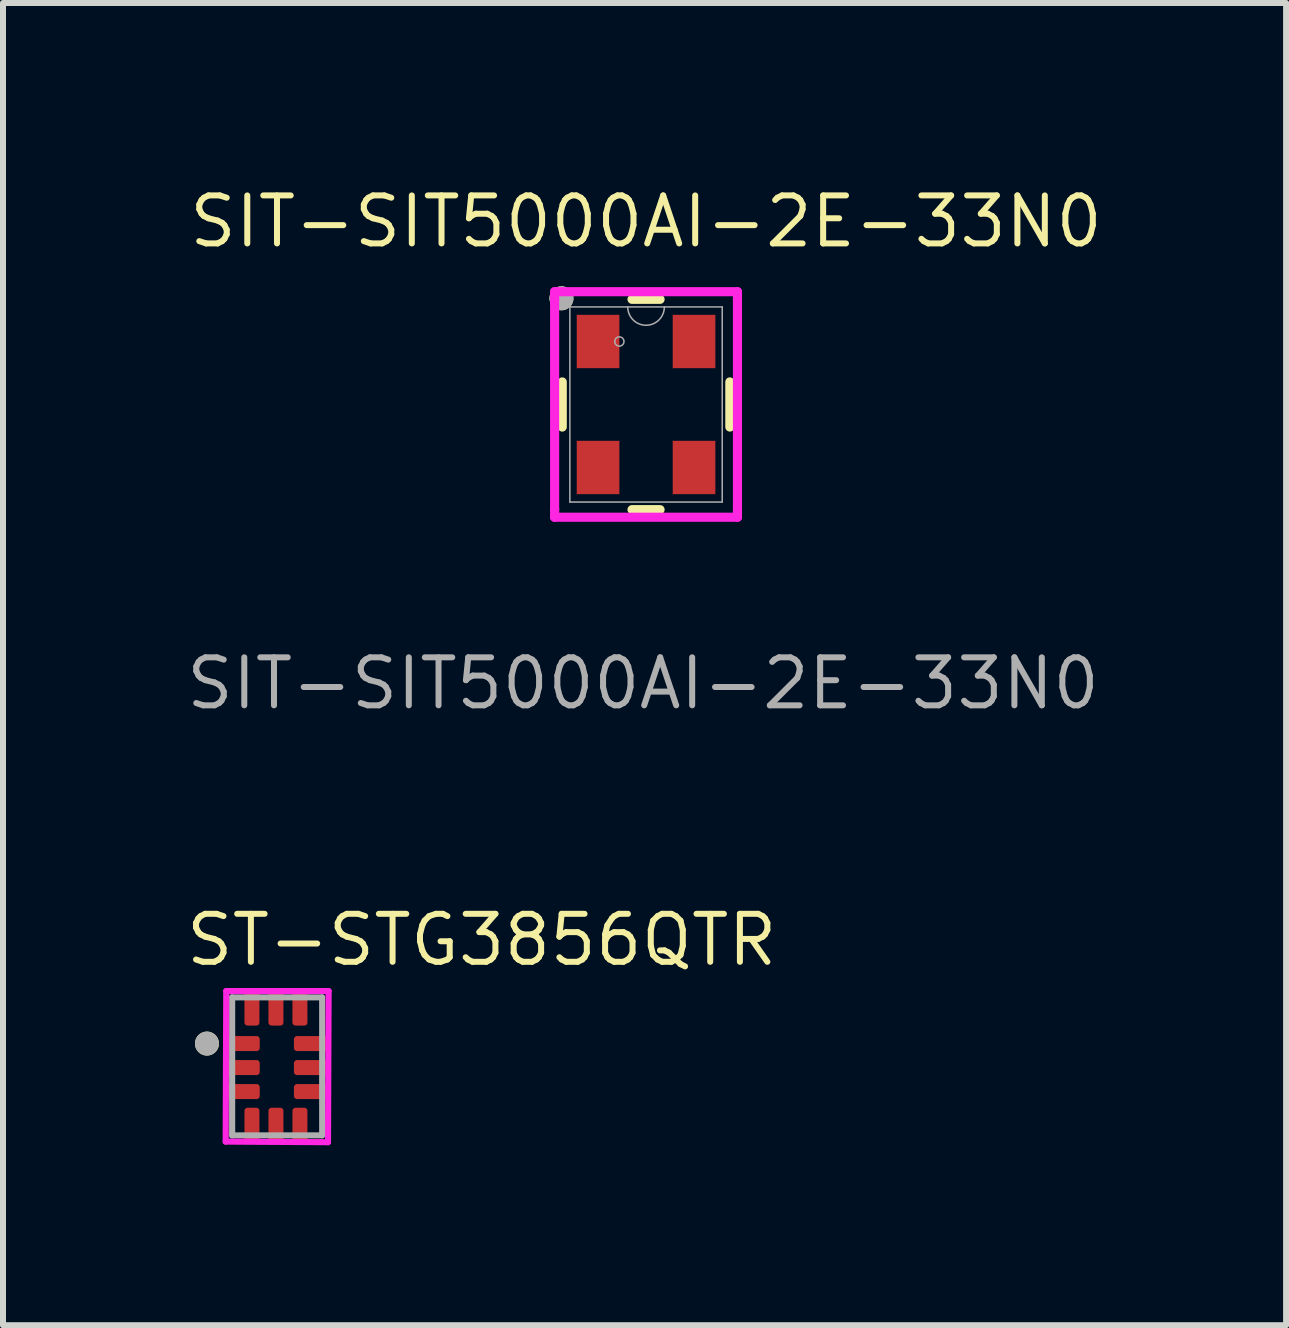
<source format=kicad_pcb>
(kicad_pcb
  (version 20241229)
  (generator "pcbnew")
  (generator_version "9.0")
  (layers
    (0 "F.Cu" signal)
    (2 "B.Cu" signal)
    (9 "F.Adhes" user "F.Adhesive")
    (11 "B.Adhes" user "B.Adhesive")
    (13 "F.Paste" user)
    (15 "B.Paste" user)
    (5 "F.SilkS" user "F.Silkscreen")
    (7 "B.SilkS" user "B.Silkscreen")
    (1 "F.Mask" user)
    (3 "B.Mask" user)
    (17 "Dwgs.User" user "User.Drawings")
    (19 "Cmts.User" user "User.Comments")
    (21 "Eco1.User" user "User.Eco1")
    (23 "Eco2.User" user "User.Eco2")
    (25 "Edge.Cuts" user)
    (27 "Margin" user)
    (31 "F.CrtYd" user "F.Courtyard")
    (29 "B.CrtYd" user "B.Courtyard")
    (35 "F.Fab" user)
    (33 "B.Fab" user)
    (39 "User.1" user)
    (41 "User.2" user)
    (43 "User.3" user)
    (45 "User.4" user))
  (footprint "ST-STG3856QTR"
    (layer "F.Cu")
    (at 1.57 14.757)
    (property "Reference" "ST-STG3856QTR" (at -1.57 -1.67 0) (unlocked yes) (layer "F.SilkS") (effects (font (size 0.8 0.8) (thickness 0.1)) (justify left bottom)))
    (fp_poly (pts (xy -0.77 -0.27) (xy -0.29 -0.27) (xy -0.29 -0.55) (xy -0.77 -0.55)) (stroke (width 0) (type default)) (fill yes) (layer "F.Mask"))
    (fp_poly (pts (xy -0.77 0.13) (xy -0.29 0.13) (xy -0.29 -0.15) (xy -0.77 -0.15)) (stroke (width 0) (type default)) (fill yes) (layer "F.Mask"))
    (fp_poly (pts (xy -0.77 0.53) (xy -0.29 0.53) (xy -0.29 0.25) (xy -0.77 0.25)) (stroke (width 0) (type default)) (fill yes) (layer "F.Mask"))
    (fp_poly (pts (xy -0.56 -1.19) (xy -0.56 -0.71) (xy -0.28 -0.71) (xy -0.28 -1.19)) (stroke (width 0) (type default)) (fill yes) (layer "F.Mask"))
    (fp_poly (pts (xy -0.28 1.14) (xy -0.28 0.66) (xy -0.56 0.66) (xy -0.56 1.14)) (stroke (width 0) (type default)) (fill yes) (layer "F.Mask"))
    (fp_poly (pts (xy -0.16 -1.19) (xy -0.16 -0.71) (xy 0.12 -0.71) (xy 0.12 -1.19)) (stroke (width 0) (type default)) (fill yes) (layer "F.Mask"))
    (fp_poly (pts (xy 0.12 1.14) (xy 0.12 0.66) (xy -0.16 0.66) (xy -0.16 1.14)) (stroke (width 0) (type default)) (fill yes) (layer "F.Mask"))
    (fp_poly (pts (xy 0.24 -1.19) (xy 0.24 -0.71) (xy 0.52 -0.71) (xy 0.52 -1.19)) (stroke (width 0) (type default)) (fill yes) (layer "F.Mask"))
    (fp_poly (pts (xy 0.52 1.14) (xy 0.52 0.66) (xy 0.24 0.66) (xy 0.24 1.14)) (stroke (width 0) (type default)) (fill yes) (layer "F.Mask"))
    (fp_poly (pts (xy 0.76 -0.55) (xy 0.28 -0.55) (xy 0.28 -0.27) (xy 0.76 -0.27)) (stroke (width 0) (type default)) (fill yes) (layer "F.Mask"))
    (fp_poly (pts (xy 0.76 -0.15) (xy 0.28 -0.15) (xy 0.28 0.13) (xy 0.76 0.13)) (stroke (width 0) (type default)) (fill yes) (layer "F.Mask"))
    (fp_poly (pts (xy 0.76 0.25) (xy 0.28 0.25) (xy 0.28 0.53) (xy 0.76 0.53)) (stroke (width 0) (type default)) (fill yes) (layer "F.Mask"))
    (fp_circle (center -1.17 -0.41) (end -1.07 -0.41) (stroke (width 0.2) (type solid)) (fill no) (layer "F.SilkS"))
    (fp_poly (pts (xy -0.73 -0.31) (xy -0.33 -0.31) (xy -0.33 -0.51) (xy -0.73 -0.51)) (stroke (width 0) (type default)) (fill yes) (layer "F.Paste"))
    (fp_poly (pts (xy -0.73 0.09) (xy -0.33 0.09) (xy -0.33 -0.11) (xy -0.73 -0.11)) (stroke (width 0) (type default)) (fill yes) (layer "F.Paste"))
    (fp_poly (pts (xy -0.73 0.49) (xy -0.33 0.49) (xy -0.33 0.29) (xy -0.73 0.29)) (stroke (width 0) (type default)) (fill yes) (layer "F.Paste"))
    (fp_poly (pts (xy -0.32 -0.75) (xy -0.32 -1.15) (xy -0.52 -1.15) (xy -0.52 -0.75)) (stroke (width 0) (type default)) (fill yes) (layer "F.Paste"))
    (fp_poly (pts (xy -0.32 1.1) (xy -0.32 0.7) (xy -0.52 0.7) (xy -0.52 1.1)) (stroke (width 0) (type default)) (fill yes) (layer "F.Paste"))
    (fp_poly (pts (xy 0.08 -0.75) (xy 0.08 -1.15) (xy -0.12 -1.15) (xy -0.12 -0.75)) (stroke (width 0) (type default)) (fill yes) (layer "F.Paste"))
    (fp_poly (pts (xy 0.08 1.1) (xy 0.08 0.7) (xy -0.12 0.7) (xy -0.12 1.1)) (stroke (width 0) (type default)) (fill yes) (layer "F.Paste"))
    (fp_poly (pts (xy 0.31 -0.31) (xy 0.71 -0.31) (xy 0.71 -0.51) (xy 0.31 -0.51)) (stroke (width 0) (type default)) (fill yes) (layer "F.Paste"))
    (fp_poly (pts (xy 0.31 0.09) (xy 0.71 0.09) (xy 0.71 -0.11) (xy 0.31 -0.11)) (stroke (width 0) (type default)) (fill yes) (layer "F.Paste"))
    (fp_poly (pts (xy 0.31 0.49) (xy 0.71 0.49) (xy 0.71 0.29) (xy 0.31 0.29)) (stroke (width 0) (type default)) (fill yes) (layer "F.Paste"))
    (fp_poly (pts (xy 0.48 -0.75) (xy 0.48 -1.15) (xy 0.28 -1.15) (xy 0.28 -0.75)) (stroke (width 0) (type default)) (fill yes) (layer "F.Paste"))
    (fp_poly (pts (xy 0.48 1.09) (xy 0.48 0.69) (xy 0.28 0.69) (xy 0.28 1.09)) (stroke (width 0) (type default)) (fill yes) (layer "F.Paste"))
    (fp_line (start -0.858 1.224) (end 0.848 1.234) (stroke (width 0.102) (type solid)) (layer "F.CrtYd"))
    (fp_line (start -0.848 -1.285) (end -0.858 1.224) (stroke (width 0.102) (type solid)) (layer "F.CrtYd"))
    (fp_line (start 0.848 1.234) (end 0.858 -1.285) (stroke (width 0.102) (type solid)) (layer "F.CrtYd"))
    (fp_line (start 0.858 -1.285) (end -0.848 -1.285) (stroke (width 0.102) (type solid)) (layer "F.CrtYd"))
    (fp_line (start -0.75 -1.18) (end 0.75 -1.18) (stroke (width 0.1) (type solid)) (layer "F.Fab"))
    (fp_line (start -0.75 1.12) (end -0.75 -1.18) (stroke (width 0.102) (type solid)) (layer "F.Fab"))
    (fp_line (start 0.75 -1.18) (end 0.75 1.12) (stroke (width 0.1) (type solid)) (layer "F.Fab"))
    (fp_line (start 0.75 1.12) (end -0.75 1.12) (stroke (width 0.1) (type solid)) (layer "F.Fab"))
    (fp_circle (center -1.17 -0.41) (end -1.07 -0.41) (stroke (width 0.2) (type solid)) (fill no) (layer "F.Fab"))
    (pad "P1" smd roundrect (at -0.59 -0.41) (size 0.6 0.25) (layers "F.Cu") (roundrect_rratio 0.203))
    (pad "P2" smd roundrect (at -0.59 -0.01) (size 0.6 0.25) (layers "F.Cu") (roundrect_rratio 0.203))
    (pad "P3" smd roundrect (at -0.59 0.39) (size 0.6 0.25) (layers "F.Cu") (roundrect_rratio 0.203))
    (pad "P4" smd roundrect (at -0.42 0.96) (size 0.25 0.6) (layers "F.Cu") (roundrect_rratio 0.203))
    (pad "P5" smd roundrect (at -0.02 0.96) (size 0.25 0.6) (layers "F.Cu") (roundrect_rratio 0.203))
    (pad "P6" smd roundrect (at 0.38 0.96) (size 0.25 0.6) (layers "F.Cu") (roundrect_rratio 0.203))
    (pad "P7" smd roundrect (at 0.58 0.39) (size 0.6 0.25) (layers "F.Cu") (roundrect_rratio 0.203))
    (pad "P8" smd roundrect (at 0.58 -0.01) (size 0.6 0.25) (layers "F.Cu") (roundrect_rratio 0.203))
    (pad "P9" smd roundrect (at 0.58 -0.41) (size 0.6 0.25) (layers "F.Cu") (roundrect_rratio 0.203))
    (pad "P10" smd roundrect (at 0.38 -1.01) (size 0.25 0.6) (layers "F.Cu") (roundrect_rratio 0.203))
    (pad "P11" smd roundrect (at -0.02 -1.01) (size 0.25 0.6) (layers "F.Cu") (roundrect_rratio 0.203))
    (pad "P12" smd roundrect (at -0.42 -1.01) (size 0.25 0.6) (layers "F.Cu") (roundrect_rratio 0.203)))
  (footprint "SIT-SIT5000AI-2E-33N0"
    (layer "F.Cu")
    (at 7.72 3.693)
    (property "Reference" "SIT-SIT5000AI-2E-33N0" (at 0 -3.05 0) (unlocked yes) (layer "F.SilkS") (effects (font (size 0.8 0.8) (thickness 0.1))))
    (attr smd)
    (fp_line (start -1.397 -0.376) (end -1.397 0.376) (stroke (width 0.152) (type solid)) (layer "F.SilkS"))
    (fp_line (start -0.234 1.753) (end 0.234 1.753) (stroke (width 0.152) (type solid)) (layer "F.SilkS"))
    (fp_line (start 0.234 -1.753) (end -0.234 -1.753) (stroke (width 0.152) (type solid)) (layer "F.SilkS"))
    (fp_line (start 1.397 0.376) (end 1.397 -0.376) (stroke (width 0.152) (type solid)) (layer "F.SilkS"))
    (fp_circle (center -1.41 -1.77) (end -1.31 -1.77) (stroke (width 0.2) (type solid)) (fill no) (layer "F.SilkS"))
    (fp_line (start -1.524 -1.88) (end 1.524 -1.88) (stroke (width 0.152) (type solid)) (layer "F.CrtYd"))
    (fp_line (start -1.524 -1.748) (end -1.524 -1.88) (stroke (width 0.152) (type solid)) (layer "F.CrtYd"))
    (fp_line (start -1.524 -1.748) (end -1.524 -1.748) (stroke (width 0.152) (type solid)) (layer "F.CrtYd"))
    (fp_line (start -1.524 1.748) (end -1.524 -1.748) (stroke (width 0.152) (type solid)) (layer "F.CrtYd"))
    (fp_line (start -1.524 1.748) (end -1.524 1.748) (stroke (width 0.152) (type solid)) (layer "F.CrtYd"))
    (fp_line (start -1.524 1.88) (end -1.524 1.748) (stroke (width 0.152) (type solid)) (layer "F.CrtYd"))
    (fp_line (start 1.524 -1.88) (end 1.524 -1.748) (stroke (width 0.152) (type solid)) (layer "F.CrtYd"))
    (fp_line (start 1.524 -1.748) (end 1.524 -1.748) (stroke (width 0.152) (type solid)) (layer "F.CrtYd"))
    (fp_line (start 1.524 -1.748) (end 1.524 1.748) (stroke (width 0.152) (type solid)) (layer "F.CrtYd"))
    (fp_line (start 1.524 1.748) (end 1.524 1.748) (stroke (width 0.152) (type solid)) (layer "F.CrtYd"))
    (fp_line (start 1.524 1.748) (end 1.524 1.88) (stroke (width 0.152) (type solid)) (layer "F.CrtYd"))
    (fp_line (start 1.524 1.88) (end -1.524 1.88) (stroke (width 0.152) (type solid)) (layer "F.CrtYd"))
    (fp_line (start -1.27 -1.626) (end -1.27 1.626) (stroke (width 0.025) (type solid)) (layer "F.Fab"))
    (fp_line (start -1.27 1.626) (end 1.27 1.626) (stroke (width 0.025) (type solid)) (layer "F.Fab"))
    (fp_line (start 1.27 -1.626) (end -1.27 -1.626) (stroke (width 0.025) (type solid)) (layer "F.Fab"))
    (fp_line (start 1.27 1.626) (end 1.27 -1.626) (stroke (width 0.025) (type solid)) (layer "F.Fab"))
    (fp_arc (start 0.3048 -1.6256) (mid 0 -1.3208) (end -0.3048 -1.6256) (stroke (width 0.0254) (type solid)) (layer "F.Fab"))
    (fp_circle (center -1.41 -1.77) (end -1.31 -1.77) (stroke (width 0.2) (type solid)) (fill no) (layer "F.Fab"))
    (fp_circle (center -0.445 -1.05) (end -0.368 -1.05) (stroke (width 0.025) (type solid)) (fill no) (layer "F.Fab"))
    (fp_text user "${REFERENCE}" (at -0.05 4.65 0) (unlocked yes) (layer "F.Fab") (effects (font (size 0.8 0.8) (thickness 0.1))))
    (pad "1" smd rect (at -0.8 -1.05) (size 0.711 0.889) (layers "F.Cu" "F.Mask" "F.Paste"))
    (pad "2" smd rect (at -0.8 1.05) (size 0.711 0.889) (layers "F.Cu" "F.Mask" "F.Paste"))
    (pad "3" smd rect (at 0.8 1.05) (size 0.711 0.889) (layers "F.Cu" "F.Mask" "F.Paste"))
    (pad "4" smd rect (at 0.8 -1.05) (size 0.711 0.889) (layers "F.Cu" "F.Mask" "F.Paste")))
  (gr_rect
    (start -3 -3)
    (end 18.39 19.042)
    (stroke (width 0.1) (type default))
    (fill no)
    (layer "Edge.Cuts")))
</source>
